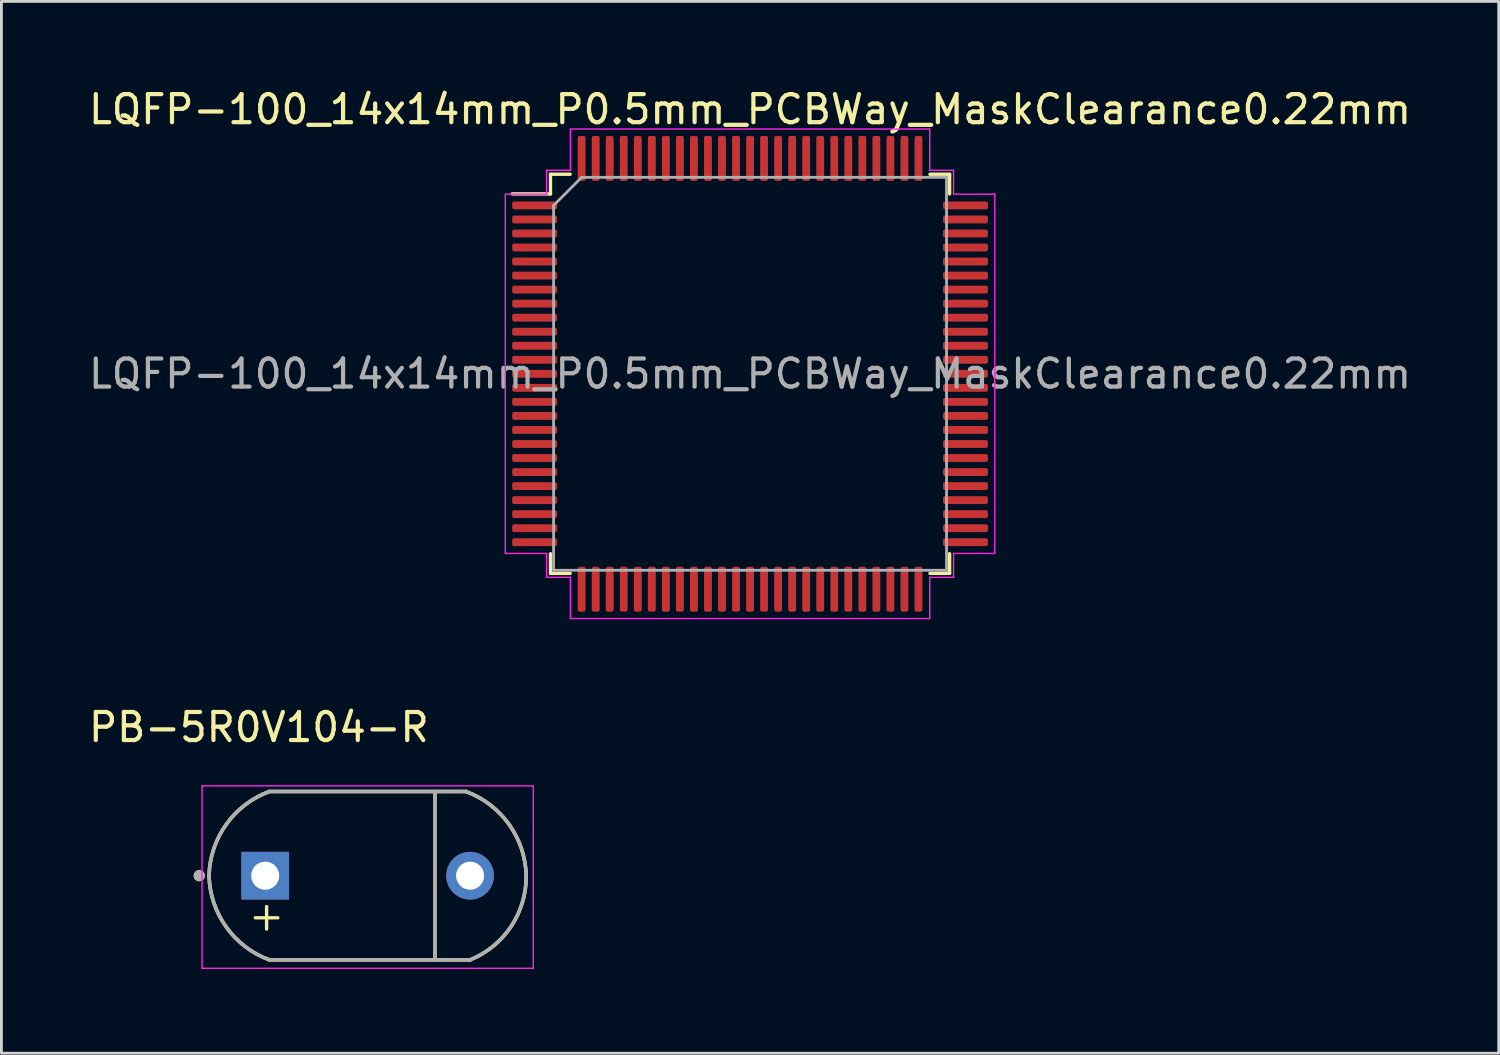
<source format=kicad_pcb>
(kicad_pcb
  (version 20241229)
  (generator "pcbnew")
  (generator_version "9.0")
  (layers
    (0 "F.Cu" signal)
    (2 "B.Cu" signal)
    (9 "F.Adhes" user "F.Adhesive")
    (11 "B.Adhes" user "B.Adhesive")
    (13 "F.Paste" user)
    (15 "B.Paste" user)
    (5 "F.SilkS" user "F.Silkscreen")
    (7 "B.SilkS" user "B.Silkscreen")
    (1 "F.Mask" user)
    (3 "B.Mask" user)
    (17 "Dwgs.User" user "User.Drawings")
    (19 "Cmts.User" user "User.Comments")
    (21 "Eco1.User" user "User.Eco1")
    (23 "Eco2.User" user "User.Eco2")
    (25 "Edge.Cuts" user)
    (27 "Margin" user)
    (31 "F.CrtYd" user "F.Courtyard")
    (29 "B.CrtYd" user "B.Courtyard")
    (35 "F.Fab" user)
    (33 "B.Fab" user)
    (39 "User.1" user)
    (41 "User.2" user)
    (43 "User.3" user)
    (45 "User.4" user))
  (footprint "PB-5R0V104-R"
    (layer "F.Cu")
    (at 10.048 28.149)
    (property "Reference" "PB-5R0V104-R" (at -3.875 -5.288 0) (layer "F.SilkS") (effects (font (size 1 1) (thickness 0.15))))
    (attr through_hole)
    (fp_line (start -4 1.5) (end -3.2 1.5) (stroke (width 0.12) (type solid)) (layer "F.SilkS"))
    (fp_line (start -3.6 1.1) (end -3.6 1.9) (stroke (width 0.12) (type solid)) (layer "F.SilkS"))
    (fp_line (start -3.5 3) (end 3.65 3) (stroke (width 0.127) (type solid)) (layer "F.SilkS"))
    (fp_line (start 2.4 -3) (end 2.4 3) (stroke (width 0.12) (type solid)) (layer "F.SilkS"))
    (fp_line (start 3.5 -3) (end -3.5 -3) (stroke (width 0.127) (type solid)) (layer "F.SilkS"))
    (fp_arc (start -5.65 0) (mid -5.036142 -1.830485) (end -3.5 -3) (stroke (width 0.127) (type solid)) (layer "F.SilkS"))
    (fp_arc (start -3.5 3) (mid -5.036142 1.830485) (end -5.65 0) (stroke (width 0.127) (type solid)) (layer "F.SilkS"))
    (fp_arc (start 3.5 -3) (mid 5.036142 -1.830485) (end 5.65 0) (stroke (width 0.127) (type solid)) (layer "F.SilkS"))
    (fp_arc (start 5.65 0) (mid 5.111142 1.807428) (end 3.65 3) (stroke (width 0.127) (type solid)) (layer "F.SilkS"))
    (fp_circle (center -6 0) (end -5.9 0) (stroke (width 0.2) (type solid)) (fill no) (layer "F.SilkS"))
    (fp_line (start -5.9 -3.2) (end -5.9 3.3) (stroke (width 0.05) (type solid)) (layer "F.CrtYd"))
    (fp_line (start -5.9 3.3) (end 5.9 3.3) (stroke (width 0.05) (type solid)) (layer "F.CrtYd"))
    (fp_line (start 5.9 -3.2) (end -5.9 -3.2) (stroke (width 0.05) (type solid)) (layer "F.CrtYd"))
    (fp_line (start 5.9 3.3) (end 5.9 -3.2) (stroke (width 0.05) (type solid)) (layer "F.CrtYd"))
    (fp_line (start -3.5 3) (end 3.65 3) (stroke (width 0.127) (type solid)) (layer "F.Fab"))
    (fp_line (start 2.4 -3) (end 2.4 3) (stroke (width 0.12) (type solid)) (layer "F.Fab"))
    (fp_line (start 3.5 -3) (end -3.5 -3) (stroke (width 0.127) (type solid)) (layer "F.Fab"))
    (fp_arc (start -5.65 0) (mid -5.036142 -1.830485) (end -3.5 -3) (stroke (width 0.127) (type solid)) (layer "F.Fab"))
    (fp_arc (start -3.5 3) (mid -5.036142 1.830485) (end -5.65 0) (stroke (width 0.127) (type solid)) (layer "F.Fab"))
    (fp_arc (start 3.5 -3) (mid 5.036142 -1.830485) (end 5.65 0) (stroke (width 0.127) (type solid)) (layer "F.Fab"))
    (fp_arc (start 5.65 0) (mid 5.111142 1.807428) (end 3.65 3) (stroke (width 0.127) (type solid)) (layer "F.Fab"))
    (fp_circle (center -6 0) (end -5.9 0) (stroke (width 0.2) (type solid)) (fill no) (layer "F.Fab"))
    (pad "1" thru_hole rect (at -3.65 0) (size 1.7 1.7) (drill 1) (layers "*.Cu" "*.Mask"))
    (pad "2" thru_hole circle (at 3.65 0) (size 1.7 1.7) (drill 1) (layers "*.Cu" "*.Mask")))
  (footprint "LQFP-100_14x14mm_P0.5mm_PCBWay_MaskClearance0.22mm"
    (layer "F.Cu")
    (at 23.673 10.268)
    (property "Reference" "LQFP-100_14x14mm_P0.5mm_PCBWay_MaskClearance0.22mm" (at 0 -9.42 0) (layer "F.SilkS") (effects (font (size 1 1) (thickness 0.15))))
    (attr smd)
    (fp_line (start -7.11 -7.11) (end -7.11 -6.41) (stroke (width 0.12) (type solid)) (layer "F.SilkS"))
    (fp_line (start -7.11 -6.41) (end -8.475 -6.41) (stroke (width 0.12) (type solid)) (layer "F.SilkS"))
    (fp_line (start -7.11 7.11) (end -7.11 6.41) (stroke (width 0.12) (type solid)) (layer "F.SilkS"))
    (fp_line (start -6.41 -7.11) (end -7.11 -7.11) (stroke (width 0.12) (type solid)) (layer "F.SilkS"))
    (fp_line (start -6.41 7.11) (end -7.11 7.11) (stroke (width 0.12) (type solid)) (layer "F.SilkS"))
    (fp_line (start 6.41 -7.11) (end 7.11 -7.11) (stroke (width 0.12) (type solid)) (layer "F.SilkS"))
    (fp_line (start 6.41 7.11) (end 7.11 7.11) (stroke (width 0.12) (type solid)) (layer "F.SilkS"))
    (fp_line (start 7.11 -7.11) (end 7.11 -6.41) (stroke (width 0.12) (type solid)) (layer "F.SilkS"))
    (fp_line (start 7.11 7.11) (end 7.11 6.41) (stroke (width 0.12) (type solid)) (layer "F.SilkS"))
    (fp_line (start -8.72 -6.4) (end -8.72 0) (stroke (width 0.05) (type solid)) (layer "F.CrtYd"))
    (fp_line (start -8.72 6.4) (end -8.72 0) (stroke (width 0.05) (type solid)) (layer "F.CrtYd"))
    (fp_line (start -7.25 -7.25) (end -7.25 -6.4) (stroke (width 0.05) (type solid)) (layer "F.CrtYd"))
    (fp_line (start -7.25 -6.4) (end -8.72 -6.4) (stroke (width 0.05) (type solid)) (layer "F.CrtYd"))
    (fp_line (start -7.25 6.4) (end -8.72 6.4) (stroke (width 0.05) (type solid)) (layer "F.CrtYd"))
    (fp_line (start -7.25 7.25) (end -7.25 6.4) (stroke (width 0.05) (type solid)) (layer "F.CrtYd"))
    (fp_line (start -6.4 -8.72) (end -6.4 -7.25) (stroke (width 0.05) (type solid)) (layer "F.CrtYd"))
    (fp_line (start -6.4 -7.25) (end -7.25 -7.25) (stroke (width 0.05) (type solid)) (layer "F.CrtYd"))
    (fp_line (start -6.4 7.25) (end -7.25 7.25) (stroke (width 0.05) (type solid)) (layer "F.CrtYd"))
    (fp_line (start -6.4 8.72) (end -6.4 7.25) (stroke (width 0.05) (type solid)) (layer "F.CrtYd"))
    (fp_line (start 0 -8.72) (end -6.4 -8.72) (stroke (width 0.05) (type solid)) (layer "F.CrtYd"))
    (fp_line (start 0 -8.72) (end 6.4 -8.72) (stroke (width 0.05) (type solid)) (layer "F.CrtYd"))
    (fp_line (start 0 8.72) (end -6.4 8.72) (stroke (width 0.05) (type solid)) (layer "F.CrtYd"))
    (fp_line (start 0 8.72) (end 6.4 8.72) (stroke (width 0.05) (type solid)) (layer "F.CrtYd"))
    (fp_line (start 6.4 -8.72) (end 6.4 -7.25) (stroke (width 0.05) (type solid)) (layer "F.CrtYd"))
    (fp_line (start 6.4 -7.25) (end 7.25 -7.25) (stroke (width 0.05) (type solid)) (layer "F.CrtYd"))
    (fp_line (start 6.4 7.25) (end 7.25 7.25) (stroke (width 0.05) (type solid)) (layer "F.CrtYd"))
    (fp_line (start 6.4 8.72) (end 6.4 7.25) (stroke (width 0.05) (type solid)) (layer "F.CrtYd"))
    (fp_line (start 7.25 -7.25) (end 7.25 -6.4) (stroke (width 0.05) (type solid)) (layer "F.CrtYd"))
    (fp_line (start 7.25 -6.4) (end 8.72 -6.4) (stroke (width 0.05) (type solid)) (layer "F.CrtYd"))
    (fp_line (start 7.25 6.4) (end 8.72 6.4) (stroke (width 0.05) (type solid)) (layer "F.CrtYd"))
    (fp_line (start 7.25 7.25) (end 7.25 6.4) (stroke (width 0.05) (type solid)) (layer "F.CrtYd"))
    (fp_line (start 8.72 -6.4) (end 8.72 0) (stroke (width 0.05) (type solid)) (layer "F.CrtYd"))
    (fp_line (start 8.72 6.4) (end 8.72 0) (stroke (width 0.05) (type solid)) (layer "F.CrtYd"))
    (fp_line (start -7 -6) (end -6 -7) (stroke (width 0.1) (type solid)) (layer "F.Fab"))
    (fp_line (start -7 7) (end -7 -6) (stroke (width 0.1) (type solid)) (layer "F.Fab"))
    (fp_line (start -6 -7) (end 7 -7) (stroke (width 0.1) (type solid)) (layer "F.Fab"))
    (fp_line (start 7 -7) (end 7 7) (stroke (width 0.1) (type solid)) (layer "F.Fab"))
    (fp_line (start 7 7) (end -7 7) (stroke (width 0.1) (type solid)) (layer "F.Fab"))
    (fp_text user "${REFERENCE}" (at 0 0 0) (layer "F.Fab") (effects (font (size 1 1) (thickness 0.15))))
    (pad "1" smd roundrect (at -7.675 -6) (size 1.6 0.28) (layers "F.Cu" "F.Mask" "F.Paste") (roundrect_rratio 0.25))
    (pad "2" smd roundrect (at -7.675 -5.5) (size 1.6 0.28) (layers "F.Cu" "F.Mask" "F.Paste") (roundrect_rratio 0.25))
    (pad "3" smd roundrect (at -7.675 -5) (size 1.6 0.28) (layers "F.Cu" "F.Mask" "F.Paste") (roundrect_rratio 0.25))
    (pad "4" smd roundrect (at -7.675 -4.5) (size 1.6 0.28) (layers "F.Cu" "F.Mask" "F.Paste") (roundrect_rratio 0.25))
    (pad "5" smd roundrect (at -7.675 -4) (size 1.6 0.28) (layers "F.Cu" "F.Mask" "F.Paste") (roundrect_rratio 0.25))
    (pad "6" smd roundrect (at -7.675 -3.5) (size 1.6 0.28) (layers "F.Cu" "F.Mask" "F.Paste") (roundrect_rratio 0.25))
    (pad "7" smd roundrect (at -7.675 -3) (size 1.6 0.28) (layers "F.Cu" "F.Mask" "F.Paste") (roundrect_rratio 0.25))
    (pad "8" smd roundrect (at -7.675 -2.5) (size 1.6 0.28) (layers "F.Cu" "F.Mask" "F.Paste") (roundrect_rratio 0.25))
    (pad "9" smd roundrect (at -7.675 -2) (size 1.6 0.28) (layers "F.Cu" "F.Mask" "F.Paste") (roundrect_rratio 0.25))
    (pad "10" smd roundrect (at -7.675 -1.5) (size 1.6 0.28) (layers "F.Cu" "F.Mask" "F.Paste") (roundrect_rratio 0.25))
    (pad "11" smd roundrect (at -7.675 -1) (size 1.6 0.28) (layers "F.Cu" "F.Mask" "F.Paste") (roundrect_rratio 0.25))
    (pad "12" smd roundrect (at -7.675 -0.5) (size 1.6 0.28) (layers "F.Cu" "F.Mask" "F.Paste") (roundrect_rratio 0.25))
    (pad "13" smd roundrect (at -7.675 0) (size 1.6 0.28) (layers "F.Cu" "F.Mask" "F.Paste") (roundrect_rratio 0.25))
    (pad "14" smd roundrect (at -7.675 0.5) (size 1.6 0.28) (layers "F.Cu" "F.Mask" "F.Paste") (roundrect_rratio 0.25))
    (pad "15" smd roundrect (at -7.675 1) (size 1.6 0.28) (layers "F.Cu" "F.Mask" "F.Paste") (roundrect_rratio 0.25))
    (pad "16" smd roundrect (at -7.675 1.5) (size 1.6 0.28) (layers "F.Cu" "F.Mask" "F.Paste") (roundrect_rratio 0.25))
    (pad "17" smd roundrect (at -7.675 2) (size 1.6 0.28) (layers "F.Cu" "F.Mask" "F.Paste") (roundrect_rratio 0.25))
    (pad "18" smd roundrect (at -7.675 2.5) (size 1.6 0.28) (layers "F.Cu" "F.Mask" "F.Paste") (roundrect_rratio 0.25))
    (pad "19" smd roundrect (at -7.675 3) (size 1.6 0.28) (layers "F.Cu" "F.Mask" "F.Paste") (roundrect_rratio 0.25))
    (pad "20" smd roundrect (at -7.675 3.5) (size 1.6 0.28) (layers "F.Cu" "F.Mask" "F.Paste") (roundrect_rratio 0.25))
    (pad "21" smd roundrect (at -7.675 4) (size 1.6 0.28) (layers "F.Cu" "F.Mask" "F.Paste") (roundrect_rratio 0.25))
    (pad "22" smd roundrect (at -7.675 4.5) (size 1.6 0.28) (layers "F.Cu" "F.Mask" "F.Paste") (roundrect_rratio 0.25))
    (pad "23" smd roundrect (at -7.675 5) (size 1.6 0.28) (layers "F.Cu" "F.Mask" "F.Paste") (roundrect_rratio 0.25))
    (pad "24" smd roundrect (at -7.675 5.5) (size 1.6 0.28) (layers "F.Cu" "F.Mask" "F.Paste") (roundrect_rratio 0.25))
    (pad "25" smd roundrect (at -7.675 6) (size 1.6 0.28) (layers "F.Cu" "F.Mask" "F.Paste") (roundrect_rratio 0.25))
    (pad "26" smd roundrect (at -6 7.675) (size 0.28 1.6) (layers "F.Cu" "F.Mask" "F.Paste") (roundrect_rratio 0.25))
    (pad "27" smd roundrect (at -5.5 7.675) (size 0.28 1.6) (layers "F.Cu" "F.Mask" "F.Paste") (roundrect_rratio 0.25))
    (pad "28" smd roundrect (at -5 7.675) (size 0.28 1.6) (layers "F.Cu" "F.Mask" "F.Paste") (roundrect_rratio 0.25))
    (pad "29" smd roundrect (at -4.5 7.675) (size 0.28 1.6) (layers "F.Cu" "F.Mask" "F.Paste") (roundrect_rratio 0.25))
    (pad "30" smd roundrect (at -4 7.675) (size 0.28 1.6) (layers "F.Cu" "F.Mask" "F.Paste") (roundrect_rratio 0.25))
    (pad "31" smd roundrect (at -3.5 7.675) (size 0.28 1.6) (layers "F.Cu" "F.Mask" "F.Paste") (roundrect_rratio 0.25))
    (pad "32" smd roundrect (at -3 7.675) (size 0.28 1.6) (layers "F.Cu" "F.Mask" "F.Paste") (roundrect_rratio 0.25))
    (pad "33" smd roundrect (at -2.5 7.675) (size 0.28 1.6) (layers "F.Cu" "F.Mask" "F.Paste") (roundrect_rratio 0.25))
    (pad "34" smd roundrect (at -2 7.675) (size 0.28 1.6) (layers "F.Cu" "F.Mask" "F.Paste") (roundrect_rratio 0.25))
    (pad "35" smd roundrect (at -1.5 7.675) (size 0.28 1.6) (layers "F.Cu" "F.Mask" "F.Paste") (roundrect_rratio 0.25))
    (pad "36" smd roundrect (at -1 7.675) (size 0.28 1.6) (layers "F.Cu" "F.Mask" "F.Paste") (roundrect_rratio 0.25))
    (pad "37" smd roundrect (at -0.5 7.675) (size 0.28 1.6) (layers "F.Cu" "F.Mask" "F.Paste") (roundrect_rratio 0.25))
    (pad "38" smd roundrect (at 0 7.675) (size 0.28 1.6) (layers "F.Cu" "F.Mask" "F.Paste") (roundrect_rratio 0.25))
    (pad "39" smd roundrect (at 0.5 7.675) (size 0.28 1.6) (layers "F.Cu" "F.Mask" "F.Paste") (roundrect_rratio 0.25))
    (pad "40" smd roundrect (at 1 7.675) (size 0.28 1.6) (layers "F.Cu" "F.Mask" "F.Paste") (roundrect_rratio 0.25))
    (pad "41" smd roundrect (at 1.5 7.675) (size 0.28 1.6) (layers "F.Cu" "F.Mask" "F.Paste") (roundrect_rratio 0.25))
    (pad "42" smd roundrect (at 2 7.675) (size 0.28 1.6) (layers "F.Cu" "F.Mask" "F.Paste") (roundrect_rratio 0.25))
    (pad "43" smd roundrect (at 2.5 7.675) (size 0.28 1.6) (layers "F.Cu" "F.Mask" "F.Paste") (roundrect_rratio 0.25))
    (pad "44" smd roundrect (at 3 7.675) (size 0.28 1.6) (layers "F.Cu" "F.Mask" "F.Paste") (roundrect_rratio 0.25))
    (pad "45" smd roundrect (at 3.5 7.675) (size 0.28 1.6) (layers "F.Cu" "F.Mask" "F.Paste") (roundrect_rratio 0.25))
    (pad "46" smd roundrect (at 4 7.675) (size 0.28 1.6) (layers "F.Cu" "F.Mask" "F.Paste") (roundrect_rratio 0.25))
    (pad "47" smd roundrect (at 4.5 7.675) (size 0.28 1.6) (layers "F.Cu" "F.Mask" "F.Paste") (roundrect_rratio 0.25))
    (pad "48" smd roundrect (at 5 7.675) (size 0.28 1.6) (layers "F.Cu" "F.Mask" "F.Paste") (roundrect_rratio 0.25))
    (pad "49" smd roundrect (at 5.5 7.675) (size 0.28 1.6) (layers "F.Cu" "F.Mask" "F.Paste") (roundrect_rratio 0.25))
    (pad "50" smd roundrect (at 6 7.675) (size 0.28 1.6) (layers "F.Cu" "F.Mask" "F.Paste") (roundrect_rratio 0.25))
    (pad "51" smd roundrect (at 7.675 6) (size 1.6 0.28) (layers "F.Cu" "F.Mask" "F.Paste") (roundrect_rratio 0.25))
    (pad "52" smd roundrect (at 7.675 5.5) (size 1.6 0.28) (layers "F.Cu" "F.Mask" "F.Paste") (roundrect_rratio 0.25))
    (pad "53" smd roundrect (at 7.675 5) (size 1.6 0.28) (layers "F.Cu" "F.Mask" "F.Paste") (roundrect_rratio 0.25))
    (pad "54" smd roundrect (at 7.675 4.5) (size 1.6 0.28) (layers "F.Cu" "F.Mask" "F.Paste") (roundrect_rratio 0.25))
    (pad "55" smd roundrect (at 7.675 4) (size 1.6 0.28) (layers "F.Cu" "F.Mask" "F.Paste") (roundrect_rratio 0.25))
    (pad "56" smd roundrect (at 7.675 3.5) (size 1.6 0.28) (layers "F.Cu" "F.Mask" "F.Paste") (roundrect_rratio 0.25))
    (pad "57" smd roundrect (at 7.675 3) (size 1.6 0.28) (layers "F.Cu" "F.Mask" "F.Paste") (roundrect_rratio 0.25))
    (pad "58" smd roundrect (at 7.675 2.5) (size 1.6 0.28) (layers "F.Cu" "F.Mask" "F.Paste") (roundrect_rratio 0.25))
    (pad "59" smd roundrect (at 7.675 2) (size 1.6 0.28) (layers "F.Cu" "F.Mask" "F.Paste") (roundrect_rratio 0.25))
    (pad "60" smd roundrect (at 7.675 1.5) (size 1.6 0.28) (layers "F.Cu" "F.Mask" "F.Paste") (roundrect_rratio 0.25))
    (pad "61" smd roundrect (at 7.675 1) (size 1.6 0.28) (layers "F.Cu" "F.Mask" "F.Paste") (roundrect_rratio 0.25))
    (pad "62" smd roundrect (at 7.675 0.5) (size 1.6 0.28) (layers "F.Cu" "F.Mask" "F.Paste") (roundrect_rratio 0.25))
    (pad "63" smd roundrect (at 7.675 0) (size 1.6 0.28) (layers "F.Cu" "F.Mask" "F.Paste") (roundrect_rratio 0.25))
    (pad "64" smd roundrect (at 7.675 -0.5) (size 1.6 0.28) (layers "F.Cu" "F.Mask" "F.Paste") (roundrect_rratio 0.25))
    (pad "65" smd roundrect (at 7.675 -1) (size 1.6 0.28) (layers "F.Cu" "F.Mask" "F.Paste") (roundrect_rratio 0.25))
    (pad "66" smd roundrect (at 7.675 -1.5) (size 1.6 0.28) (layers "F.Cu" "F.Mask" "F.Paste") (roundrect_rratio 0.25))
    (pad "67" smd roundrect (at 7.675 -2) (size 1.6 0.28) (layers "F.Cu" "F.Mask" "F.Paste") (roundrect_rratio 0.25))
    (pad "68" smd roundrect (at 7.675 -2.5) (size 1.6 0.28) (layers "F.Cu" "F.Mask" "F.Paste") (roundrect_rratio 0.25))
    (pad "69" smd roundrect (at 7.675 -3) (size 1.6 0.28) (layers "F.Cu" "F.Mask" "F.Paste") (roundrect_rratio 0.25))
    (pad "70" smd roundrect (at 7.675 -3.5) (size 1.6 0.28) (layers "F.Cu" "F.Mask" "F.Paste") (roundrect_rratio 0.25))
    (pad "71" smd roundrect (at 7.675 -4) (size 1.6 0.28) (layers "F.Cu" "F.Mask" "F.Paste") (roundrect_rratio 0.25))
    (pad "72" smd roundrect (at 7.675 -4.5) (size 1.6 0.28) (layers "F.Cu" "F.Mask" "F.Paste") (roundrect_rratio 0.25))
    (pad "73" smd roundrect (at 7.675 -5) (size 1.6 0.28) (layers "F.Cu" "F.Mask" "F.Paste") (roundrect_rratio 0.25))
    (pad "74" smd roundrect (at 7.675 -5.5) (size 1.6 0.28) (layers "F.Cu" "F.Mask" "F.Paste") (roundrect_rratio 0.25))
    (pad "75" smd roundrect (at 7.675 -6) (size 1.6 0.28) (layers "F.Cu" "F.Mask" "F.Paste") (roundrect_rratio 0.25))
    (pad "76" smd roundrect (at 6 -7.675) (size 0.28 1.6) (layers "F.Cu" "F.Mask" "F.Paste") (roundrect_rratio 0.25))
    (pad "77" smd roundrect (at 5.5 -7.675) (size 0.28 1.6) (layers "F.Cu" "F.Mask" "F.Paste") (roundrect_rratio 0.25))
    (pad "78" smd roundrect (at 5 -7.675) (size 0.28 1.6) (layers "F.Cu" "F.Mask" "F.Paste") (roundrect_rratio 0.25))
    (pad "79" smd roundrect (at 4.5 -7.675) (size 0.28 1.6) (layers "F.Cu" "F.Mask" "F.Paste") (roundrect_rratio 0.25))
    (pad "80" smd roundrect (at 4 -7.675) (size 0.28 1.6) (layers "F.Cu" "F.Mask" "F.Paste") (roundrect_rratio 0.25))
    (pad "81" smd roundrect (at 3.5 -7.675) (size 0.28 1.6) (layers "F.Cu" "F.Mask" "F.Paste") (roundrect_rratio 0.25))
    (pad "82" smd roundrect (at 3 -7.675) (size 0.28 1.6) (layers "F.Cu" "F.Mask" "F.Paste") (roundrect_rratio 0.25))
    (pad "83" smd roundrect (at 2.5 -7.675) (size 0.28 1.6) (layers "F.Cu" "F.Mask" "F.Paste") (roundrect_rratio 0.25))
    (pad "84" smd roundrect (at 2 -7.675) (size 0.28 1.6) (layers "F.Cu" "F.Mask" "F.Paste") (roundrect_rratio 0.25))
    (pad "85" smd roundrect (at 1.5 -7.675) (size 0.28 1.6) (layers "F.Cu" "F.Mask" "F.Paste") (roundrect_rratio 0.25))
    (pad "86" smd roundrect (at 1 -7.675) (size 0.28 1.6) (layers "F.Cu" "F.Mask" "F.Paste") (roundrect_rratio 0.25))
    (pad "87" smd roundrect (at 0.5 -7.675) (size 0.28 1.6) (layers "F.Cu" "F.Mask" "F.Paste") (roundrect_rratio 0.25))
    (pad "88" smd roundrect (at 0 -7.675) (size 0.28 1.6) (layers "F.Cu" "F.Mask" "F.Paste") (roundrect_rratio 0.25))
    (pad "89" smd roundrect (at -0.5 -7.675) (size 0.28 1.6) (layers "F.Cu" "F.Mask" "F.Paste") (roundrect_rratio 0.25))
    (pad "90" smd roundrect (at -1 -7.675) (size 0.28 1.6) (layers "F.Cu" "F.Mask" "F.Paste") (roundrect_rratio 0.25))
    (pad "91" smd roundrect (at -1.5 -7.675) (size 0.28 1.6) (layers "F.Cu" "F.Mask" "F.Paste") (roundrect_rratio 0.25))
    (pad "92" smd roundrect (at -2 -7.675) (size 0.28 1.6) (layers "F.Cu" "F.Mask" "F.Paste") (roundrect_rratio 0.25))
    (pad "93" smd roundrect (at -2.5 -7.675) (size 0.28 1.6) (layers "F.Cu" "F.Mask" "F.Paste") (roundrect_rratio 0.25))
    (pad "94" smd roundrect (at -3 -7.675) (size 0.28 1.6) (layers "F.Cu" "F.Mask" "F.Paste") (roundrect_rratio 0.25))
    (pad "95" smd roundrect (at -3.5 -7.675) (size 0.28 1.6) (layers "F.Cu" "F.Mask" "F.Paste") (roundrect_rratio 0.25))
    (pad "96" smd roundrect (at -4 -7.675) (size 0.28 1.6) (layers "F.Cu" "F.Mask" "F.Paste") (roundrect_rratio 0.25))
    (pad "97" smd roundrect (at -4.5 -7.675) (size 0.28 1.6) (layers "F.Cu" "F.Mask" "F.Paste") (roundrect_rratio 0.25))
    (pad "98" smd roundrect (at -5 -7.675) (size 0.28 1.6) (layers "F.Cu" "F.Mask" "F.Paste") (roundrect_rratio 0.25))
    (pad "99" smd roundrect (at -5.5 -7.675) (size 0.28 1.6) (layers "F.Cu" "F.Mask" "F.Paste") (roundrect_rratio 0.25))
    (pad "100" smd roundrect (at -6 -7.675) (size 0.28 1.6) (layers "F.Cu" "F.Mask" "F.Paste") (roundrect_rratio 0.25)))
  (gr_rect
    (start -3 -3)
    (end 50.345 34.474)
    (stroke (width 0.1) (type default))
    (fill no)
    (layer "Edge.Cuts")))
</source>
